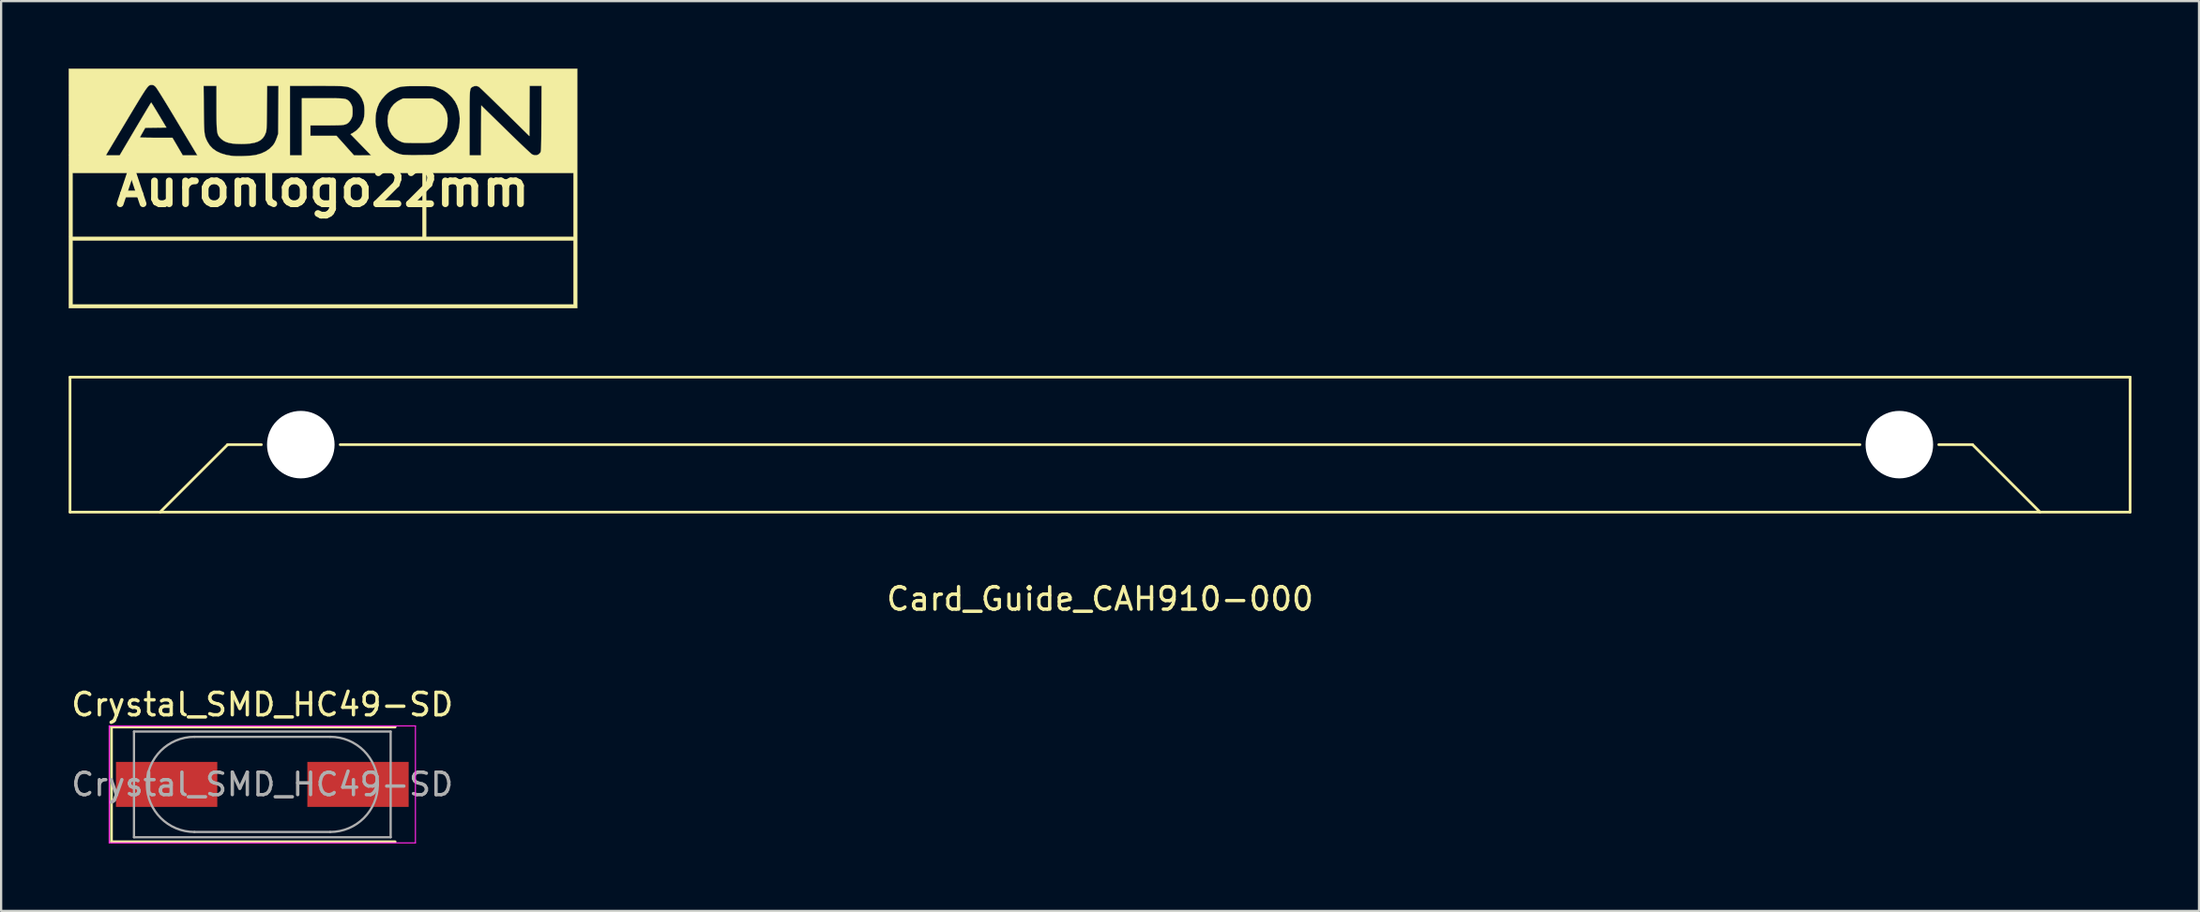
<source format=kicad_pcb>
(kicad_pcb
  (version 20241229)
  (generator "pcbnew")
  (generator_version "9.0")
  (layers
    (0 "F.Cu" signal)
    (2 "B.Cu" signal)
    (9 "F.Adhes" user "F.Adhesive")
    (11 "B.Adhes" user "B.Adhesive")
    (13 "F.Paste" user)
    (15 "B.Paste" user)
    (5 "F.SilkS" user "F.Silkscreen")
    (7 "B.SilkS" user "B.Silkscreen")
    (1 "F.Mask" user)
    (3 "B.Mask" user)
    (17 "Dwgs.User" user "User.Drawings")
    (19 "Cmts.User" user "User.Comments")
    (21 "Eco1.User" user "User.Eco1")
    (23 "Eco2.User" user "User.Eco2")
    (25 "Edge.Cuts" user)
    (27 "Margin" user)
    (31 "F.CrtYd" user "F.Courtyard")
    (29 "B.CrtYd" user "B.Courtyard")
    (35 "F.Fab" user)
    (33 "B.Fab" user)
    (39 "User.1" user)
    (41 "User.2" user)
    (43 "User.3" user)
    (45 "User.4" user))
  (footprint "Auronlogo22mm"
    (layer "F.Cu")
    (at 11.287 5.318)
    (property "Reference" "Auronlogo22mm" (at 0 0 0) (layer "F.SilkS") (effects (font (size 1.524 1.524) (thickness 0.3))))
    (attr through_hole)
    (fp_poly (pts (xy 4.995 -3.924) (xy 5.166 -3.821) (xy 5.309 -3.686) (xy 5.421 -3.525) (xy 5.5 -3.342) (xy 5.526 -3.244) (xy 5.541 -3.123) (xy 5.542 -2.983) (xy 5.532 -2.84) (xy 5.51 -2.71) (xy 5.485 -2.625) (xy 5.397 -2.45) (xy 5.279 -2.298) (xy 5.138 -2.174) (xy 4.977 -2.083) (xy 4.896 -2.053) (xy 4.85 -2.04) (xy 4.803 -2.03) (xy 4.75 -2.023) (xy 4.683 -2.018) (xy 4.597 -2.014) (xy 4.486 -2.012) (xy 4.344 -2.012) (xy 4.194 -2.012) (xy 4.018 -2.012) (xy 3.879 -2.014) (xy 3.771 -2.016) (xy 3.689 -2.02) (xy 3.626 -2.026) (xy 3.577 -2.034) (xy 3.537 -2.045) (xy 3.522 -2.049) (xy 3.342 -2.133) (xy 3.188 -2.248) (xy 3.063 -2.391) (xy 2.968 -2.559) (xy 2.906 -2.749) (xy 2.88 -2.957) (xy 2.879 -3.006) (xy 2.897 -3.219) (xy 2.951 -3.414) (xy 3.039 -3.588) (xy 3.16 -3.737) (xy 3.31 -3.859) (xy 3.424 -3.923) (xy 3.567 -3.99) (xy 4.858 -3.99) (xy 4.995 -3.924)) (stroke (width 0.01) (type solid)) (fill yes) (layer "F.SilkS"))
    (fp_poly (pts (xy 11.303 5.334) (xy -11.282 5.334) (xy -11.282 2.328) (xy -11.113 2.328) (xy -11.113 5.165) (xy 11.134 5.165) (xy 11.134 2.328) (xy -11.113 2.328) (xy -11.282 2.328) (xy -11.282 -0.677) (xy -11.113 -0.677) (xy -11.113 2.159) (xy 4.424 2.159) (xy 4.424 -0.677) (xy 4.593 -0.677) (xy 4.593 2.159) (xy 11.134 2.159) (xy 11.134 -0.677) (xy 4.593 -0.677) (xy 4.424 -0.677) (xy -11.113 -0.677) (xy -11.282 -0.677) (xy -11.282 -1.46) (xy -9.632 -1.46) (xy -9.022 -1.46) (xy -8.328 -2.635) (xy -8.207 -2.839) (xy -8.093 -3.031) (xy -7.987 -3.209) (xy -7.891 -3.369) (xy -7.807 -3.51) (xy -7.736 -3.627) (xy -7.681 -3.717) (xy -7.643 -3.779) (xy -7.623 -3.807) (xy -7.622 -3.809) (xy -7.608 -3.792) (xy -7.576 -3.742) (xy -7.527 -3.665) (xy -7.466 -3.564) (xy -7.393 -3.445) (xy -7.313 -3.312) (xy -7.278 -3.254) (xy -6.947 -2.699) (xy -7.885 -2.687) (xy -8.001 -2.483) (xy -8.049 -2.399) (xy -8.088 -2.328) (xy -8.115 -2.279) (xy -8.124 -2.261) (xy -8.106 -2.257) (xy -8.05 -2.253) (xy -7.961 -2.25) (xy -7.844 -2.247) (xy -7.703 -2.245) (xy -7.545 -2.244) (xy -7.405 -2.243) (xy -6.678 -2.243) (xy -6.448 -1.852) (xy -6.219 -1.46) (xy -5.569 -1.46) (xy -6.459 -2.947) (xy -6.633 -3.237) (xy -6.792 -3.501) (xy -6.935 -3.737) (xy -7.062 -3.944) (xy -7.172 -4.122) (xy -7.264 -4.268) (xy -7.337 -4.382) (xy -7.391 -4.462) (xy -7.425 -4.507) (xy -7.431 -4.514) (xy -7.474 -4.551) (xy -5.295 -4.551) (xy -5.286 -3.54) (xy -5.283 -3.286) (xy -5.28 -3.071) (xy -5.277 -2.889) (xy -5.272 -2.737) (xy -5.266 -2.611) (xy -5.258 -2.507) (xy -5.247 -2.42) (xy -5.234 -2.346) (xy -5.217 -2.281) (xy -5.196 -2.222) (xy -5.171 -2.163) (xy -5.142 -2.1) (xy -5.132 -2.079) (xy -5.026 -1.908) (xy -4.889 -1.763) (xy -4.72 -1.643) (xy -4.518 -1.549) (xy -4.284 -1.48) (xy -4.053 -1.44) (xy -3.935 -1.43) (xy -3.787 -1.425) (xy -3.621 -1.426) (xy -3.448 -1.432) (xy -3.28 -1.442) (xy -3.127 -1.455) (xy -3.089 -1.46) (xy -1.46 -1.46) (xy -0.931 -1.46) (xy -0.931 -4) (xy -0.013 -4) (xy 0.22 -4) (xy 0.415 -4) (xy 0.576 -3.998) (xy 0.706 -3.995) (xy 0.811 -3.991) (xy 0.894 -3.984) (xy 0.958 -3.975) (xy 1.009 -3.964) (xy 1.051 -3.949) (xy 1.086 -3.93) (xy 1.121 -3.908) (xy 1.143 -3.891) (xy 1.188 -3.846) (xy 1.236 -3.778) (xy 1.265 -3.726) (xy 1.293 -3.664) (xy 1.31 -3.607) (xy 1.319 -3.542) (xy 1.322 -3.455) (xy 1.322 -3.407) (xy 1.321 -3.306) (xy 1.314 -3.233) (xy 1.301 -3.174) (xy 1.277 -3.114) (xy 1.263 -3.084) (xy 1.219 -3.009) (xy 1.167 -2.942) (xy 1.132 -2.908) (xy 1.091 -2.879) (xy 1.049 -2.855) (xy 1.002 -2.837) (xy 0.945 -2.822) (xy 0.873 -2.811) (xy 0.782 -2.803) (xy 0.667 -2.798) (xy 0.523 -2.796) (xy 0.345 -2.794) (xy 0.155 -2.794) (xy -0.55 -2.794) (xy -0.55 -2.328) (xy 0.611 -2.328) (xy 0.999 -1.895) (xy 1.386 -1.461) (xy 1.767 -1.46) (xy 2.148 -1.46) (xy 1.233 -2.402) (xy 1.341 -2.461) (xy 1.502 -2.573) (xy 1.638 -2.716) (xy 1.744 -2.886) (xy 1.779 -2.973) (xy 2.338 -2.973) (xy 2.365 -2.725) (xy 2.427 -2.487) (xy 2.52 -2.265) (xy 2.644 -2.063) (xy 2.796 -1.884) (xy 2.974 -1.731) (xy 3.175 -1.611) (xy 3.287 -1.562) (xy 3.363 -1.534) (xy 3.435 -1.512) (xy 3.508 -1.495) (xy 3.588 -1.482) (xy 3.681 -1.474) (xy 3.794 -1.469) (xy 3.932 -1.466) (xy 4.102 -1.466) (xy 4.265 -1.467) (xy 4.443 -1.469) (xy 4.583 -1.471) (xy 4.694 -1.473) (xy 4.779 -1.477) (xy 4.845 -1.482) (xy 4.898 -1.489) (xy 4.943 -1.498) (xy 4.987 -1.511) (xy 5.035 -1.527) (xy 5.048 -1.532) (xy 5.287 -1.635) (xy 5.496 -1.769) (xy 5.676 -1.933) (xy 5.826 -2.127) (xy 5.946 -2.35) (xy 6.008 -2.513) (xy 6.053 -2.693) (xy 6.079 -2.894) (xy 6.08 -2.93) (xy 6.519 -2.93) (xy 6.519 -1.46) (xy 7.027 -1.46) (xy 7.038 -3.679) (xy 8.128 -2.612) (xy 8.309 -2.435) (xy 8.482 -2.267) (xy 8.646 -2.108) (xy 8.797 -1.963) (xy 8.934 -1.833) (xy 9.052 -1.722) (xy 9.151 -1.63) (xy 9.226 -1.561) (xy 9.277 -1.517) (xy 9.297 -1.502) (xy 9.4 -1.467) (xy 9.5 -1.468) (xy 9.588 -1.505) (xy 9.656 -1.575) (xy 9.668 -1.593) (xy 9.675 -1.609) (xy 9.681 -1.63) (xy 9.687 -1.658) (xy 9.691 -1.698) (xy 9.695 -1.752) (xy 9.698 -1.823) (xy 9.701 -1.915) (xy 9.703 -2.03) (xy 9.705 -2.171) (xy 9.707 -2.342) (xy 9.708 -2.545) (xy 9.709 -2.785) (xy 9.711 -3.063) (xy 9.711 -3.106) (xy 9.717 -4.551) (xy 9.452 -4.551) (xy 9.187 -4.551) (xy 9.181 -3.436) (xy 9.176 -2.32) (xy 8.086 -3.395) (xy 7.906 -3.573) (xy 7.733 -3.742) (xy 7.571 -3.901) (xy 7.421 -4.047) (xy 7.286 -4.177) (xy 7.169 -4.29) (xy 7.073 -4.382) (xy 6.999 -4.451) (xy 6.951 -4.495) (xy 6.932 -4.511) (xy 6.84 -4.545) (xy 6.739 -4.543) (xy 6.65 -4.508) (xy 6.625 -4.493) (xy 6.604 -4.478) (xy 6.586 -4.46) (xy 6.57 -4.436) (xy 6.557 -4.404) (xy 6.547 -4.36) (xy 6.538 -4.3) (xy 6.532 -4.223) (xy 6.527 -4.125) (xy 6.524 -4.003) (xy 6.521 -3.855) (xy 6.52 -3.676) (xy 6.52 -3.464) (xy 6.519 -3.217) (xy 6.519 -2.93) (xy 6.08 -2.93) (xy 6.085 -3.097) (xy 6.076 -3.229) (xy 6.036 -3.464) (xy 5.97 -3.67) (xy 5.875 -3.856) (xy 5.747 -4.028) (xy 5.663 -4.118) (xy 5.515 -4.251) (xy 5.361 -4.355) (xy 5.189 -4.437) (xy 5.038 -4.491) (xy 4.991 -4.505) (xy 4.948 -4.516) (xy 4.902 -4.524) (xy 4.847 -4.53) (xy 4.779 -4.535) (xy 4.692 -4.538) (xy 4.58 -4.539) (xy 4.437 -4.54) (xy 4.259 -4.54) (xy 4.223 -4.54) (xy 4.02 -4.54) (xy 3.854 -4.539) (xy 3.718 -4.535) (xy 3.608 -4.529) (xy 3.516 -4.519) (xy 3.437 -4.505) (xy 3.365 -4.486) (xy 3.295 -4.46) (xy 3.22 -4.428) (xy 3.135 -4.388) (xy 3.133 -4.387) (xy 3.03 -4.335) (xy 2.948 -4.285) (xy 2.873 -4.226) (xy 2.789 -4.147) (xy 2.761 -4.119) (xy 2.614 -3.95) (xy 2.501 -3.771) (xy 2.42 -3.576) (xy 2.367 -3.357) (xy 2.348 -3.229) (xy 2.338 -2.973) (xy 1.779 -2.973) (xy 1.812 -3.059) (xy 1.836 -3.17) (xy 1.849 -3.309) (xy 1.852 -3.458) (xy 1.845 -3.605) (xy 1.828 -3.734) (xy 1.812 -3.799) (xy 1.732 -4) (xy 1.623 -4.171) (xy 1.486 -4.311) (xy 1.321 -4.42) (xy 1.313 -4.423) (xy 1.261 -4.449) (xy 1.212 -4.471) (xy 1.161 -4.49) (xy 1.107 -4.505) (xy 1.043 -4.518) (xy 0.969 -4.528) (xy 0.878 -4.535) (xy 0.768 -4.541) (xy 0.636 -4.545) (xy 0.476 -4.548) (xy 0.287 -4.549) (xy 0.063 -4.55) (xy -0.198 -4.55) (xy -0.28 -4.55) (xy -1.46 -4.551) (xy -1.46 -1.46) (xy -3.089 -1.46) (xy -3.001 -1.473) (xy -2.963 -1.48) (xy -2.737 -1.545) (xy -2.535 -1.638) (xy -2.362 -1.756) (xy -2.221 -1.897) (xy -2.158 -1.985) (xy -2.12 -2.055) (xy -2.078 -2.147) (xy -2.041 -2.243) (xy -2.037 -2.254) (xy -1.98 -2.424) (xy -1.973 -3.487) (xy -1.966 -4.551) (xy -2.473 -4.551) (xy -2.482 -3.572) (xy -2.484 -3.337) (xy -2.486 -3.141) (xy -2.488 -2.98) (xy -2.491 -2.848) (xy -2.495 -2.744) (xy -2.499 -2.662) (xy -2.504 -2.599) (xy -2.51 -2.551) (xy -2.517 -2.513) (xy -2.526 -2.484) (xy -2.583 -2.348) (xy -2.659 -2.235) (xy -2.757 -2.144) (xy -2.879 -2.074) (xy -3.031 -2.023) (xy -3.214 -1.99) (xy -3.431 -1.972) (xy -3.612 -1.968) (xy -3.832 -1.973) (xy -4.017 -1.989) (xy -4.17 -2.017) (xy -4.299 -2.058) (xy -4.408 -2.114) (xy -4.502 -2.186) (xy -4.516 -2.198) (xy -4.559 -2.241) (xy -4.596 -2.283) (xy -4.627 -2.326) (xy -4.652 -2.376) (xy -4.673 -2.435) (xy -4.688 -2.508) (xy -4.7 -2.599) (xy -4.708 -2.711) (xy -4.714 -2.848) (xy -4.717 -3.014) (xy -4.719 -3.212) (xy -4.72 -3.448) (xy -4.72 -3.582) (xy -4.72 -4.551) (xy -5.295 -4.551) (xy -7.474 -4.551) (xy -7.489 -4.564) (xy -7.541 -4.588) (xy -7.595 -4.593) (xy -7.624 -4.593) (xy -7.651 -4.59) (xy -7.677 -4.584) (xy -7.704 -4.57) (xy -7.734 -4.548) (xy -7.767 -4.515) (xy -7.806 -4.468) (xy -7.853 -4.405) (xy -7.908 -4.325) (xy -7.973 -4.224) (xy -8.051 -4.101) (xy -8.142 -3.953) (xy -8.248 -3.778) (xy -8.372 -3.574) (xy -8.513 -3.338) (xy -8.675 -3.068) (xy -8.693 -3.037) (xy -8.83 -2.809) (xy -8.961 -2.59) (xy -9.085 -2.384) (xy -9.199 -2.192) (xy -9.303 -2.019) (xy -9.394 -1.867) (xy -9.47 -1.739) (xy -9.531 -1.637) (xy -9.574 -1.565) (xy -9.597 -1.525) (xy -9.601 -1.519) (xy -9.632 -1.46) (xy -11.282 -1.46) (xy -11.282 -5.313) (xy 11.303 -5.313) (xy 11.303 5.334)) (stroke (width 0.01) (type solid)) (fill yes) (layer "F.SilkS")))
  (footprint "Crystal_SMD_HC49-SD"
    (layer "F.Cu")
    (at 8.601 31.821)
    (property "Reference" "Crystal_SMD_HC49-SD" (at 0 -3.55 0) (layer "F.SilkS") (effects (font (size 1 1) (thickness 0.15))))
    (attr smd)
    (fp_line (start -6.7 -2.55) (end -6.7 2.55) (stroke (width 0.12) (type solid)) (layer "F.SilkS"))
    (fp_line (start -6.7 2.55) (end 5.9 2.55) (stroke (width 0.12) (type solid)) (layer "F.SilkS"))
    (fp_line (start 5.9 -2.55) (end -6.7 -2.55) (stroke (width 0.12) (type solid)) (layer "F.SilkS"))
    (fp_line (start -6.8 -2.6) (end -6.8 2.6) (stroke (width 0.05) (type solid)) (layer "F.CrtYd"))
    (fp_line (start -6.8 2.6) (end 6.8 2.6) (stroke (width 0.05) (type solid)) (layer "F.CrtYd"))
    (fp_line (start 6.8 -2.6) (end -6.8 -2.6) (stroke (width 0.05) (type solid)) (layer "F.CrtYd"))
    (fp_line (start 6.8 2.6) (end 6.8 -2.6) (stroke (width 0.05) (type solid)) (layer "F.CrtYd"))
    (fp_line (start -5.7 -2.35) (end -5.7 2.35) (stroke (width 0.1) (type solid)) (layer "F.Fab"))
    (fp_line (start -5.7 2.35) (end 5.7 2.35) (stroke (width 0.1) (type solid)) (layer "F.Fab"))
    (fp_line (start -3.015 -2.115) (end 3.015 -2.115) (stroke (width 0.1) (type solid)) (layer "F.Fab"))
    (fp_line (start -3.015 2.115) (end 3.015 2.115) (stroke (width 0.1) (type solid)) (layer "F.Fab"))
    (fp_line (start 5.7 -2.35) (end -5.7 -2.35) (stroke (width 0.1) (type solid)) (layer "F.Fab"))
    (fp_line (start 5.7 2.35) (end 5.7 -2.35) (stroke (width 0.1) (type solid)) (layer "F.Fab"))
    (fp_arc (start -3.015 2.115) (mid -5.13 0) (end -3.015 -2.115) (stroke (width 0.1) (type solid)) (layer "F.Fab"))
    (fp_arc (start 3.015 -2.115) (mid 5.13 0) (end 3.015 2.115) (stroke (width 0.1) (type solid)) (layer "F.Fab"))
    (fp_text user "${REFERENCE}" (at 0 0 0) (layer "F.Fab") (effects (font (size 1 1) (thickness 0.15))))
    (pad "1" smd rect (at -4.25 0) (size 4.5 2) (layers "F.Cu" "F.Mask" "F.Paste"))
    (pad "2" smd rect (at 4.25 0) (size 4.5 2) (layers "F.Cu" "F.Mask" "F.Paste")))
  (footprint "Card_Guide_CAH910-000"
    (layer "F.Cu")
    (at 45.81 16.717)
    (property "Reference" "Card_Guide_CAH910-000" (at 0 6.858 0) (layer "F.SilkS") (effects (font (size 1 1) (thickness 0.15))))
    (attr through_hole)
    (fp_line (start -45.75 -3) (end 45.75 -3) (stroke (width 0.12) (type solid)) (layer "F.SilkS"))
    (fp_line (start -45.75 3) (end -45.75 -3) (stroke (width 0.12) (type solid)) (layer "F.SilkS"))
    (fp_line (start -41.75 3) (end -38.75 0) (stroke (width 0.12) (type solid)) (layer "F.SilkS"))
    (fp_line (start -38.75 0) (end -37.25 0) (stroke (width 0.12) (type solid)) (layer "F.SilkS"))
    (fp_line (start -33.75 0) (end 33.75 0) (stroke (width 0.12) (type solid)) (layer "F.SilkS"))
    (fp_line (start 38.75 0) (end 37.25 0) (stroke (width 0.12) (type solid)) (layer "F.SilkS"))
    (fp_line (start 38.75 0) (end 41.75 3) (stroke (width 0.12) (type solid)) (layer "F.SilkS"))
    (fp_line (start 45.75 -3) (end 45.75 3) (stroke (width 0.12) (type solid)) (layer "F.SilkS"))
    (fp_line (start 45.75 3) (end -45.75 3) (stroke (width 0.12) (type solid)) (layer "F.SilkS"))
    (pad "" np_thru_hole circle (at -35.5 0) (size 3 3) (drill 3) (layers "*.Cu" "*.Mask"))
    (pad "" np_thru_hole circle (at 35.5 0) (size 3 3) (drill 3) (layers "*.Cu" "*.Mask")))
  (gr_rect
    (start -3 -3)
    (end 94.62 37.446)
    (stroke (width 0.1) (type default))
    (fill no)
    (layer "Edge.Cuts")))
</source>
